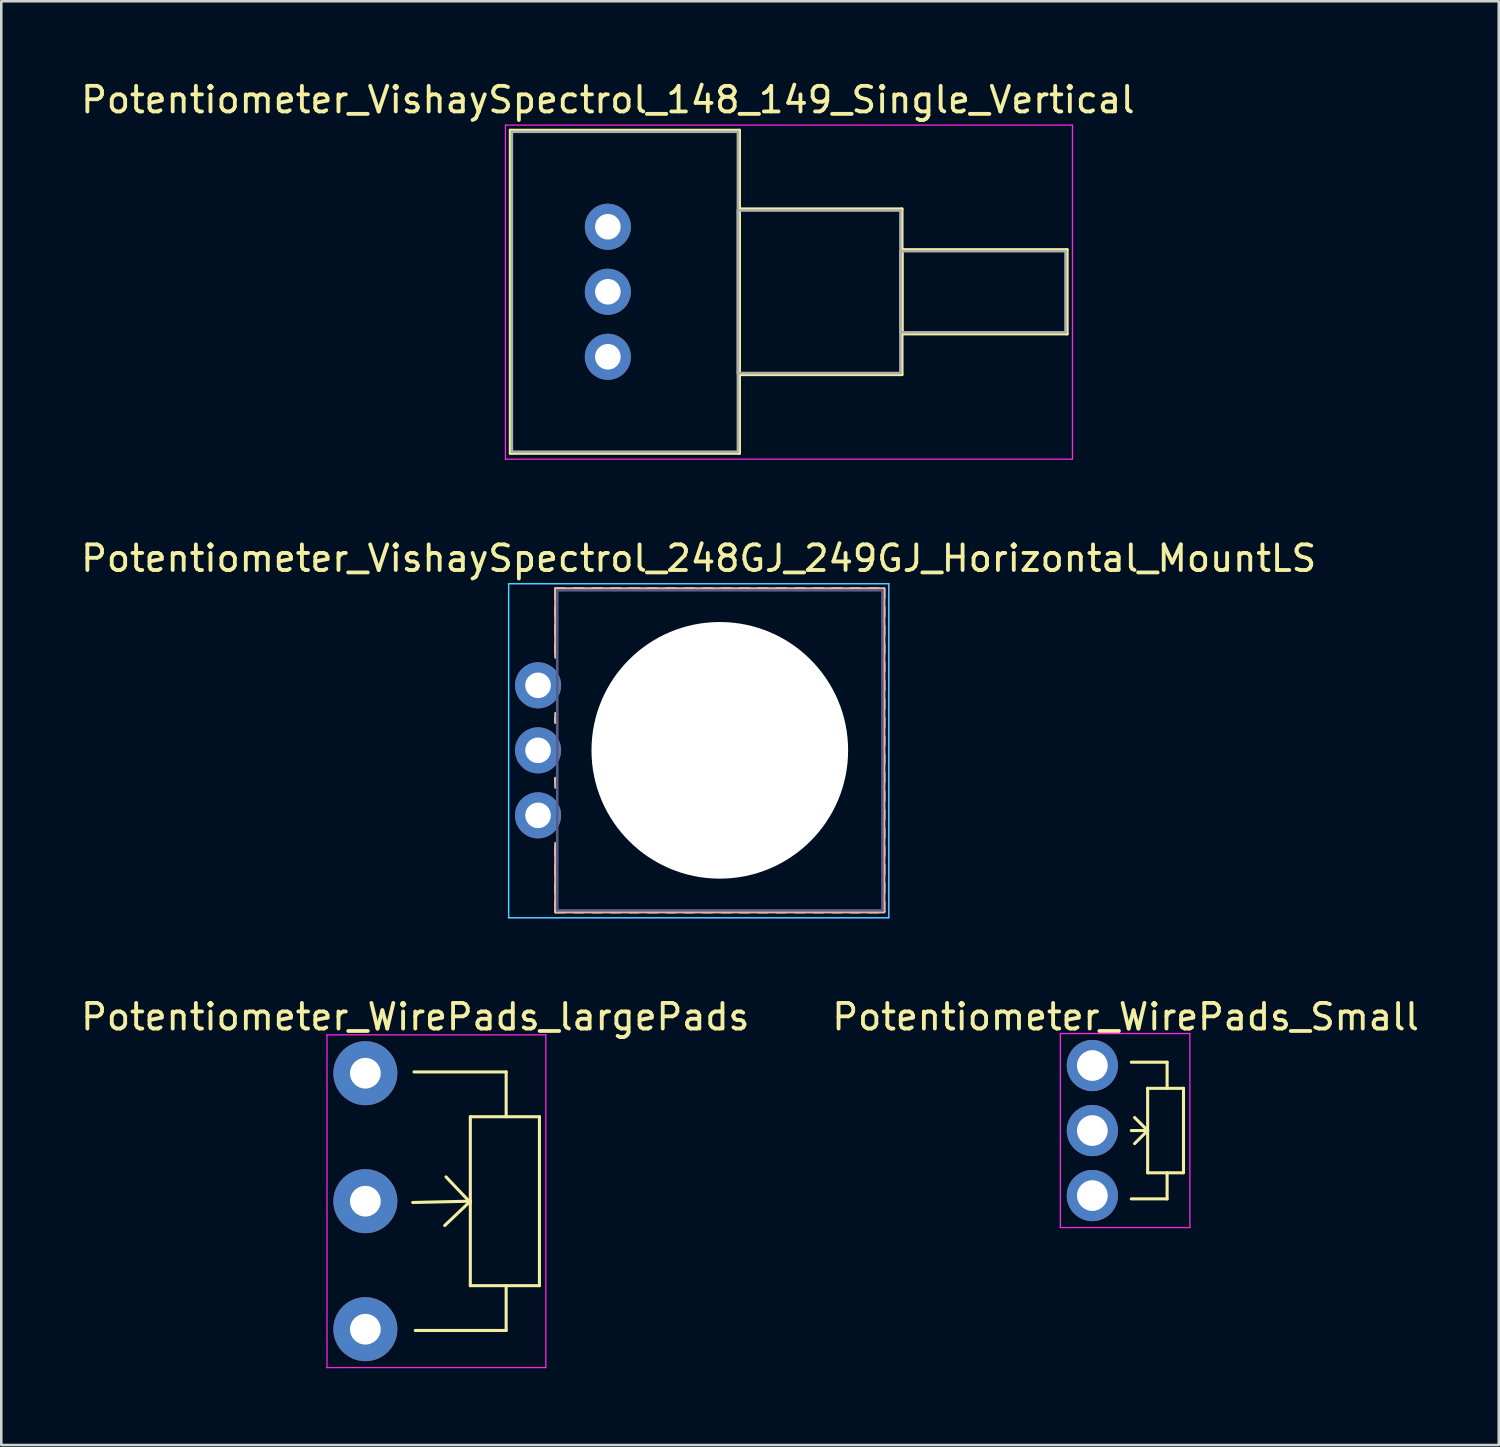
<source format=kicad_pcb>
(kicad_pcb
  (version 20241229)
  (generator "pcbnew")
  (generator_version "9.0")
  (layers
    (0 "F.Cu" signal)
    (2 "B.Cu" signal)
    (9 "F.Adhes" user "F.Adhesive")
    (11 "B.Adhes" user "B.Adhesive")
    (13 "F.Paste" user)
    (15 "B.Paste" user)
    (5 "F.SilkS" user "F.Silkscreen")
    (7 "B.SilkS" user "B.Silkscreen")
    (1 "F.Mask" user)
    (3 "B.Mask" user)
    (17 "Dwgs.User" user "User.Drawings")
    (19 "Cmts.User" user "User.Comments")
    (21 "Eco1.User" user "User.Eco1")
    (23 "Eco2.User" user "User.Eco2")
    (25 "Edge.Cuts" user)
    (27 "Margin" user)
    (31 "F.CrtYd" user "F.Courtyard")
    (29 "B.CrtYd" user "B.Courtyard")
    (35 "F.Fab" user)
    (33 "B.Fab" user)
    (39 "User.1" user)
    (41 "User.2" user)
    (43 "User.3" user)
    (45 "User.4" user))
  (footprint "Potentiometer_VishaySpectrol_148_149_Single_Vertical"
    (layer "F.Cu")
    (at 20.696 10.888)
    (property "Reference" "Potentiometer_VishaySpectrol_148_149_Single_Vertical" (at 0 -10.04 0) (layer "F.SilkS") (effects (font (size 1 1) (thickness 0.15))))
    (attr through_hole)
    (fp_line (start -3.81 -8.85) (end -3.81 3.77) (stroke (width 0.12) (type solid)) (layer "F.SilkS"))
    (fp_line (start -3.81 -8.85) (end 5.14 -8.85) (stroke (width 0.12) (type solid)) (layer "F.SilkS"))
    (fp_line (start -3.81 3.77) (end 5.14 3.77) (stroke (width 0.12) (type solid)) (layer "F.SilkS"))
    (fp_line (start 5.14 -8.85) (end 5.14 3.77) (stroke (width 0.12) (type solid)) (layer "F.SilkS"))
    (fp_line (start 5.14 -5.775) (end 5.14 0.695) (stroke (width 0.12) (type solid)) (layer "F.SilkS"))
    (fp_line (start 5.14 -5.775) (end 11.49 -5.775) (stroke (width 0.12) (type solid)) (layer "F.SilkS"))
    (fp_line (start 5.14 0.695) (end 11.49 0.695) (stroke (width 0.12) (type solid)) (layer "F.SilkS"))
    (fp_line (start 11.49 -5.775) (end 11.49 0.695) (stroke (width 0.12) (type solid)) (layer "F.SilkS"))
    (fp_line (start 11.49 -4.185) (end 11.49 -0.895) (stroke (width 0.12) (type solid)) (layer "F.SilkS"))
    (fp_line (start 11.49 -4.185) (end 17.94 -4.185) (stroke (width 0.12) (type solid)) (layer "F.SilkS"))
    (fp_line (start 11.49 -0.895) (end 17.94 -0.895) (stroke (width 0.12) (type solid)) (layer "F.SilkS"))
    (fp_line (start 17.94 -4.185) (end 17.94 -0.895) (stroke (width 0.12) (type solid)) (layer "F.SilkS"))
    (fp_line (start -4 -9.05) (end -4 4) (stroke (width 0.05) (type solid)) (layer "F.CrtYd"))
    (fp_line (start -4 4) (end 18.15 4) (stroke (width 0.05) (type solid)) (layer "F.CrtYd"))
    (fp_line (start 18.15 -9.05) (end -4 -9.05) (stroke (width 0.05) (type solid)) (layer "F.CrtYd"))
    (fp_line (start 18.15 4) (end 18.15 -9.05) (stroke (width 0.05) (type solid)) (layer "F.CrtYd"))
    (fp_line (start -3.75 -8.79) (end -3.75 3.71) (stroke (width 0.1) (type solid)) (layer "F.Fab"))
    (fp_line (start -3.75 3.71) (end 5.08 3.71) (stroke (width 0.1) (type solid)) (layer "F.Fab"))
    (fp_line (start 5.08 -8.79) (end -3.75 -8.79) (stroke (width 0.1) (type solid)) (layer "F.Fab"))
    (fp_line (start 5.08 -5.715) (end 5.08 0.635) (stroke (width 0.1) (type solid)) (layer "F.Fab"))
    (fp_line (start 5.08 0.635) (end 11.43 0.635) (stroke (width 0.1) (type solid)) (layer "F.Fab"))
    (fp_line (start 5.08 3.71) (end 5.08 -8.79) (stroke (width 0.1) (type solid)) (layer "F.Fab"))
    (fp_line (start 11.43 -5.715) (end 5.08 -5.715) (stroke (width 0.1) (type solid)) (layer "F.Fab"))
    (fp_line (start 11.43 -4.125) (end 11.43 -0.955) (stroke (width 0.1) (type solid)) (layer "F.Fab"))
    (fp_line (start 11.43 -0.955) (end 17.88 -0.955) (stroke (width 0.1) (type solid)) (layer "F.Fab"))
    (fp_line (start 11.43 0.635) (end 11.43 -5.715) (stroke (width 0.1) (type solid)) (layer "F.Fab"))
    (fp_line (start 17.88 -4.125) (end 11.43 -4.125) (stroke (width 0.1) (type solid)) (layer "F.Fab"))
    (fp_line (start 17.88 -0.955) (end 17.88 -4.125) (stroke (width 0.1) (type solid)) (layer "F.Fab"))
    (pad "1" thru_hole circle (at 0 0) (size 1.8 1.8) (drill 1) (layers "*.Cu" "*.Mask"))
    (pad "2" thru_hole circle (at 0 -2.54) (size 1.8 1.8) (drill 1) (layers "*.Cu" "*.Mask"))
    (pad "3" thru_hole circle (at 0 -5.08) (size 1.8 1.8) (drill 1) (layers "*.Cu" "*.Mask")))
  (footprint "Potentiometer_VishaySpectrol_248GJ_249GJ_Horizontal_MountLS"
    (layer "F.Cu")
    (at 17.969 28.802)
    (property "Reference" "Potentiometer_VishaySpectrol_248GJ_249GJ_Horizontal_MountLS" (at 6.275 -10.04 0) (layer "F.SilkS") (effects (font (size 1 1) (thickness 0.15))))
    (attr through_hole)
    (fp_line (start 0.69 -8.85) (end 0.69 -8.49) (stroke (width 0.12) (type solid)) (layer "F.SilkS"))
    (fp_line (start 0.69 -8.85) (end 1.05 -8.85) (stroke (width 0.12) (type solid)) (layer "F.SilkS"))
    (fp_line (start 0.69 -8.13) (end 0.69 -7.77) (stroke (width 0.12) (type solid)) (layer "F.SilkS"))
    (fp_line (start 0.69 -7.41) (end 0.69 -7.051) (stroke (width 0.12) (type solid)) (layer "F.SilkS"))
    (fp_line (start 0.69 -6.69) (end 0.69 -6.33) (stroke (width 0.12) (type solid)) (layer "F.SilkS"))
    (fp_line (start 0.69 -3.81) (end 0.69 -3.635) (stroke (width 0.12) (type solid)) (layer "F.SilkS"))
    (fp_line (start 0.69 -1.445) (end 0.69 -1.29) (stroke (width 0.12) (type solid)) (layer "F.SilkS"))
    (fp_line (start 0.69 1.23) (end 0.69 1.59) (stroke (width 0.12) (type solid)) (layer "F.SilkS"))
    (fp_line (start 0.69 1.95) (end 0.69 2.31) (stroke (width 0.12) (type solid)) (layer "F.SilkS"))
    (fp_line (start 0.69 2.67) (end 0.69 3.03) (stroke (width 0.12) (type solid)) (layer "F.SilkS"))
    (fp_line (start 0.69 3.39) (end 0.69 3.75) (stroke (width 0.12) (type solid)) (layer "F.SilkS"))
    (fp_line (start 0.69 3.77) (end 1.05 3.77) (stroke (width 0.12) (type solid)) (layer "F.SilkS"))
    (fp_line (start 1.41 -8.85) (end 1.77 -8.85) (stroke (width 0.12) (type solid)) (layer "F.SilkS"))
    (fp_line (start 1.41 3.77) (end 1.77 3.77) (stroke (width 0.12) (type solid)) (layer "F.SilkS"))
    (fp_line (start 2.13 -8.85) (end 2.49 -8.85) (stroke (width 0.12) (type solid)) (layer "F.SilkS"))
    (fp_line (start 2.13 3.77) (end 2.49 3.77) (stroke (width 0.12) (type solid)) (layer "F.SilkS"))
    (fp_line (start 2.85 -8.85) (end 3.21 -8.85) (stroke (width 0.12) (type solid)) (layer "F.SilkS"))
    (fp_line (start 2.85 3.77) (end 3.21 3.77) (stroke (width 0.12) (type solid)) (layer "F.SilkS"))
    (fp_line (start 3.57 -8.85) (end 3.93 -8.85) (stroke (width 0.12) (type solid)) (layer "F.SilkS"))
    (fp_line (start 3.57 3.77) (end 3.93 3.77) (stroke (width 0.12) (type solid)) (layer "F.SilkS"))
    (fp_line (start 4.29 -8.85) (end 4.65 -8.85) (stroke (width 0.12) (type solid)) (layer "F.SilkS"))
    (fp_line (start 4.29 3.77) (end 4.65 3.77) (stroke (width 0.12) (type solid)) (layer "F.SilkS"))
    (fp_line (start 5.01 -8.85) (end 5.37 -8.85) (stroke (width 0.12) (type solid)) (layer "F.SilkS"))
    (fp_line (start 5.01 3.77) (end 5.37 3.77) (stroke (width 0.12) (type solid)) (layer "F.SilkS"))
    (fp_line (start 5.73 -8.85) (end 6.09 -8.85) (stroke (width 0.12) (type solid)) (layer "F.SilkS"))
    (fp_line (start 5.73 3.77) (end 6.09 3.77) (stroke (width 0.12) (type solid)) (layer "F.SilkS"))
    (fp_line (start 6.45 -8.85) (end 6.81 -8.85) (stroke (width 0.12) (type solid)) (layer "F.SilkS"))
    (fp_line (start 6.45 3.77) (end 6.81 3.77) (stroke (width 0.12) (type solid)) (layer "F.SilkS"))
    (fp_line (start 7.17 -8.85) (end 7.53 -8.85) (stroke (width 0.12) (type solid)) (layer "F.SilkS"))
    (fp_line (start 7.17 3.77) (end 7.53 3.77) (stroke (width 0.12) (type solid)) (layer "F.SilkS"))
    (fp_line (start 7.89 -8.85) (end 8.25 -8.85) (stroke (width 0.12) (type solid)) (layer "F.SilkS"))
    (fp_line (start 7.89 3.77) (end 8.25 3.77) (stroke (width 0.12) (type solid)) (layer "F.SilkS"))
    (fp_line (start 8.61 -8.85) (end 8.97 -8.85) (stroke (width 0.12) (type solid)) (layer "F.SilkS"))
    (fp_line (start 8.61 3.77) (end 8.97 3.77) (stroke (width 0.12) (type solid)) (layer "F.SilkS"))
    (fp_line (start 9.33 -8.85) (end 9.69 -8.85) (stroke (width 0.12) (type solid)) (layer "F.SilkS"))
    (fp_line (start 9.33 3.77) (end 9.69 3.77) (stroke (width 0.12) (type solid)) (layer "F.SilkS"))
    (fp_line (start 10.05 -8.85) (end 10.41 -8.85) (stroke (width 0.12) (type solid)) (layer "F.SilkS"))
    (fp_line (start 10.05 3.77) (end 10.41 3.77) (stroke (width 0.12) (type solid)) (layer "F.SilkS"))
    (fp_line (start 10.77 -8.85) (end 11.13 -8.85) (stroke (width 0.12) (type solid)) (layer "F.SilkS"))
    (fp_line (start 10.77 3.77) (end 11.13 3.77) (stroke (width 0.12) (type solid)) (layer "F.SilkS"))
    (fp_line (start 11.49 -8.85) (end 11.85 -8.85) (stroke (width 0.12) (type solid)) (layer "F.SilkS"))
    (fp_line (start 11.49 3.77) (end 11.85 3.77) (stroke (width 0.12) (type solid)) (layer "F.SilkS"))
    (fp_line (start 12.21 -8.85) (end 12.57 -8.85) (stroke (width 0.12) (type solid)) (layer "F.SilkS"))
    (fp_line (start 12.21 3.77) (end 12.57 3.77) (stroke (width 0.12) (type solid)) (layer "F.SilkS"))
    (fp_line (start 12.931 -8.85) (end 13.29 -8.85) (stroke (width 0.12) (type solid)) (layer "F.SilkS"))
    (fp_line (start 12.931 3.77) (end 13.29 3.77) (stroke (width 0.12) (type solid)) (layer "F.SilkS"))
    (fp_line (start 13.51 -8.85) (end 13.51 -8.49) (stroke (width 0.12) (type solid)) (layer "F.SilkS"))
    (fp_line (start 13.51 -8.13) (end 13.51 -7.77) (stroke (width 0.12) (type solid)) (layer "F.SilkS"))
    (fp_line (start 13.51 -7.41) (end 13.51 -7.051) (stroke (width 0.12) (type solid)) (layer "F.SilkS"))
    (fp_line (start 13.51 -6.69) (end 13.51 -6.33) (stroke (width 0.12) (type solid)) (layer "F.SilkS"))
    (fp_line (start 13.51 -5.971) (end 13.51 -5.611) (stroke (width 0.12) (type solid)) (layer "F.SilkS"))
    (fp_line (start 13.51 -5.251) (end 13.51 -4.89) (stroke (width 0.12) (type solid)) (layer "F.SilkS"))
    (fp_line (start 13.51 -4.53) (end 13.51 -4.17) (stroke (width 0.12) (type solid)) (layer "F.SilkS"))
    (fp_line (start 13.51 -3.81) (end 13.51 -3.45) (stroke (width 0.12) (type solid)) (layer "F.SilkS"))
    (fp_line (start 13.51 -3.09) (end 13.51 -2.73) (stroke (width 0.12) (type solid)) (layer "F.SilkS"))
    (fp_line (start 13.51 -2.37) (end 13.51 -2.01) (stroke (width 0.12) (type solid)) (layer "F.SilkS"))
    (fp_line (start 13.51 -1.65) (end 13.51 -1.29) (stroke (width 0.12) (type solid)) (layer "F.SilkS"))
    (fp_line (start 13.51 -0.93) (end 13.51 -0.57) (stroke (width 0.12) (type solid)) (layer "F.SilkS"))
    (fp_line (start 13.51 -0.21) (end 13.51 0.15) (stroke (width 0.12) (type solid)) (layer "F.SilkS"))
    (fp_line (start 13.51 0.51) (end 13.51 0.87) (stroke (width 0.12) (type solid)) (layer "F.SilkS"))
    (fp_line (start 13.51 1.23) (end 13.51 1.59) (stroke (width 0.12) (type solid)) (layer "F.SilkS"))
    (fp_line (start 13.51 1.95) (end 13.51 2.31) (stroke (width 0.12) (type solid)) (layer "F.SilkS"))
    (fp_line (start 13.51 2.67) (end 13.51 3.03) (stroke (width 0.12) (type solid)) (layer "F.SilkS"))
    (fp_line (start 13.51 3.39) (end 13.51 3.75) (stroke (width 0.12) (type solid)) (layer "F.SilkS"))
    (fp_line (start 0.69 -8.85) (end 0.69 -6.175) (stroke (width 0.12) (type solid)) (layer "B.SilkS"))
    (fp_line (start 0.69 -8.85) (end 13.51 -8.85) (stroke (width 0.12) (type solid)) (layer "B.SilkS"))
    (fp_line (start 0.69 -3.985) (end 0.69 -3.635) (stroke (width 0.12) (type solid)) (layer "B.SilkS"))
    (fp_line (start 0.69 -1.445) (end 0.69 -1.095) (stroke (width 0.12) (type solid)) (layer "B.SilkS"))
    (fp_line (start 0.69 1.095) (end 0.69 3.77) (stroke (width 0.12) (type solid)) (layer "B.SilkS"))
    (fp_line (start 0.69 3.77) (end 13.51 3.77) (stroke (width 0.12) (type solid)) (layer "B.SilkS"))
    (fp_line (start 13.51 -8.85) (end 13.51 3.77) (stroke (width 0.12) (type solid)) (layer "B.SilkS"))
    (fp_line (start -1.15 -9.05) (end -1.15 4) (stroke (width 0.05) (type solid)) (layer "B.CrtYd"))
    (fp_line (start -1.15 4) (end 13.7 4) (stroke (width 0.05) (type solid)) (layer "B.CrtYd"))
    (fp_line (start 13.7 -9.05) (end -1.15 -9.05) (stroke (width 0.05) (type solid)) (layer "B.CrtYd"))
    (fp_line (start 13.7 4) (end 13.7 -9.05) (stroke (width 0.05) (type solid)) (layer "B.CrtYd"))
    (fp_line (start -1.15 -9.05) (end -1.15 4) (stroke (width 0.05) (type solid)) (layer "F.CrtYd"))
    (fp_line (start -1.15 4) (end 13.7 4) (stroke (width 0.05) (type solid)) (layer "F.CrtYd"))
    (fp_line (start 13.7 -9.05) (end -1.15 -9.05) (stroke (width 0.05) (type solid)) (layer "F.CrtYd"))
    (fp_line (start 13.7 4) (end 13.7 -9.05) (stroke (width 0.05) (type solid)) (layer "F.CrtYd"))
    (fp_line (start 0.75 -8.79) (end 0.75 3.71) (stroke (width 0.1) (type solid)) (layer "B.Fab"))
    (fp_line (start 0.75 3.71) (end 13.45 3.71) (stroke (width 0.1) (type solid)) (layer "B.Fab"))
    (fp_line (start 13.45 -8.79) (end 0.75 -8.79) (stroke (width 0.1) (type solid)) (layer "B.Fab"))
    (fp_line (start 13.45 3.71) (end 13.45 -8.79) (stroke (width 0.1) (type solid)) (layer "B.Fab"))
    (fp_circle (center 7.1 -2.54) (end 10.9 -2.54) (stroke (width 0.1) (type solid)) (fill no) (layer "B.Fab"))
    (fp_circle (center 7.1 -2.54) (end 11.863 -2.54) (stroke (width 0.1) (type solid)) (fill no) (layer "B.Fab"))
    (pad "" np_thru_hole circle (at 7.1 -2.54) (size 10.025 10.025) (drill 10.025) (layers "*.Cu" "*.Mask"))
    (pad "1" thru_hole circle (at 0 0) (size 1.8 1.8) (drill 1) (layers "*.Cu" "*.Mask"))
    (pad "2" thru_hole circle (at 0 -2.54) (size 1.8 1.8) (drill 1) (layers "*.Cu" "*.Mask"))
    (pad "3" thru_hole circle (at 0 -5.08) (size 1.8 1.8) (drill 1) (layers "*.Cu" "*.Mask")))
  (footprint "Potentiometer_WirePads_largePads"
    (layer "F.Cu")
    (at 11.223 38.875)
    (property "Reference" "Potentiometer_WirePads_largePads" (at 1.95 -2.2 0) (layer "F.SilkS") (effects (font (size 1 1) (thickness 0.15))))
    (attr through_hole)
    (fp_line (start 4.1 1.7) (end 6.8 1.7) (stroke (width 0.12) (type solid)) (layer "F.SilkS"))
    (fp_line (start 4.1 5) (end 1.85 5.05) (stroke (width 0.12) (type solid)) (layer "F.SilkS"))
    (fp_line (start 4.1 5) (end 3.1 5.95) (stroke (width 0.12) (type solid)) (layer "F.SilkS"))
    (fp_line (start 4.1 5.05) (end 3.15 4.05) (stroke (width 0.12) (type solid)) (layer "F.SilkS"))
    (fp_line (start 4.1 8.3) (end 4.1 1.7) (stroke (width 0.12) (type solid)) (layer "F.SilkS"))
    (fp_line (start 5.5 -0.05) (end 1.9 -0.05) (stroke (width 0.12) (type solid)) (layer "F.SilkS"))
    (fp_line (start 5.5 1.7) (end 5.5 -0.05) (stroke (width 0.12) (type solid)) (layer "F.SilkS"))
    (fp_line (start 5.5 8.3) (end 5.5 10.05) (stroke (width 0.12) (type solid)) (layer "F.SilkS"))
    (fp_line (start 5.5 10.05) (end 1.95 10.05) (stroke (width 0.12) (type solid)) (layer "F.SilkS"))
    (fp_line (start 6.8 1.7) (end 6.8 8.3) (stroke (width 0.12) (type solid)) (layer "F.SilkS"))
    (fp_line (start 6.8 8.3) (end 4.1 8.3) (stroke (width 0.12) (type solid)) (layer "F.SilkS"))
    (fp_line (start -1.5 -1.5) (end -1.5 11.5) (stroke (width 0.05) (type solid)) (layer "F.CrtYd"))
    (fp_line (start -1.5 -1.5) (end 7.05 -1.5) (stroke (width 0.05) (type solid)) (layer "F.CrtYd"))
    (fp_line (start 7.05 11.5) (end -1.5 11.5) (stroke (width 0.05) (type solid)) (layer "F.CrtYd"))
    (fp_line (start 7.05 11.5) (end 7.05 -1.5) (stroke (width 0.05) (type solid)) (layer "F.CrtYd"))
    (pad "1" thru_hole circle (at 0 0) (size 2.5 2.5) (drill 1.2) (layers "*.Cu" "*.Mask"))
    (pad "2" thru_hole circle (at 0 5) (size 2.5 2.5) (drill 1.2) (layers "*.Cu" "*.Mask"))
    (pad "3" thru_hole circle (at 0 10) (size 2.5 2.5) (drill 1.2) (layers "*.Cu" "*.Mask")))
  (footprint "Potentiometer_WirePads_Small"
    (layer "F.Cu")
    (at 39.623 38.575)
    (property "Reference" "Potentiometer_WirePads_Small" (at 1.3 -1.9 0) (layer "F.SilkS") (effects (font (size 1 1) (thickness 0.15))))
    (attr through_hole)
    (fp_line (start 2.16 0.89) (end 3.56 0.89) (stroke (width 0.12) (type solid)) (layer "F.SilkS"))
    (fp_line (start 2.16 2.54) (end 1.52 2.54) (stroke (width 0.12) (type solid)) (layer "F.SilkS"))
    (fp_line (start 2.16 2.54) (end 1.65 2.03) (stroke (width 0.12) (type solid)) (layer "F.SilkS"))
    (fp_line (start 2.16 2.54) (end 1.65 3.05) (stroke (width 0.12) (type solid)) (layer "F.SilkS"))
    (fp_line (start 2.16 4.19) (end 2.16 0.89) (stroke (width 0.12) (type solid)) (layer "F.SilkS"))
    (fp_line (start 2.92 -0.13) (end 1.52 -0.13) (stroke (width 0.12) (type solid)) (layer "F.SilkS"))
    (fp_line (start 2.92 0.89) (end 2.92 -0.13) (stroke (width 0.12) (type solid)) (layer "F.SilkS"))
    (fp_line (start 2.92 4.19) (end 2.92 5.21) (stroke (width 0.12) (type solid)) (layer "F.SilkS"))
    (fp_line (start 2.92 5.21) (end 1.52 5.21) (stroke (width 0.12) (type solid)) (layer "F.SilkS"))
    (fp_line (start 3.56 0.89) (end 3.56 4.19) (stroke (width 0.12) (type solid)) (layer "F.SilkS"))
    (fp_line (start 3.56 4.19) (end 2.16 4.19) (stroke (width 0.12) (type solid)) (layer "F.SilkS"))
    (fp_line (start -1.25 -1.25) (end -1.25 6.33) (stroke (width 0.05) (type solid)) (layer "F.CrtYd"))
    (fp_line (start -1.25 -1.25) (end 3.81 -1.25) (stroke (width 0.05) (type solid)) (layer "F.CrtYd"))
    (fp_line (start 3.81 6.33) (end -1.25 6.33) (stroke (width 0.05) (type solid)) (layer "F.CrtYd"))
    (fp_line (start 3.81 6.33) (end 3.81 -1.25) (stroke (width 0.05) (type solid)) (layer "F.CrtYd"))
    (pad "1" thru_hole circle (at 0 0) (size 2 2) (drill 1.2) (layers "*.Cu" "*.Mask"))
    (pad "2" thru_hole circle (at 0 2.54) (size 2 2) (drill 1.2) (layers "*.Cu" "*.Mask"))
    (pad "3" thru_hole circle (at 0 5.08) (size 2 2) (drill 1.2) (layers "*.Cu" "*.Mask")))
  (gr_rect
    (start -3 -3)
    (end 55.5 53.4)
    (stroke (width 0.1) (type default))
    (fill no)
    (layer "Edge.Cuts")))
</source>
